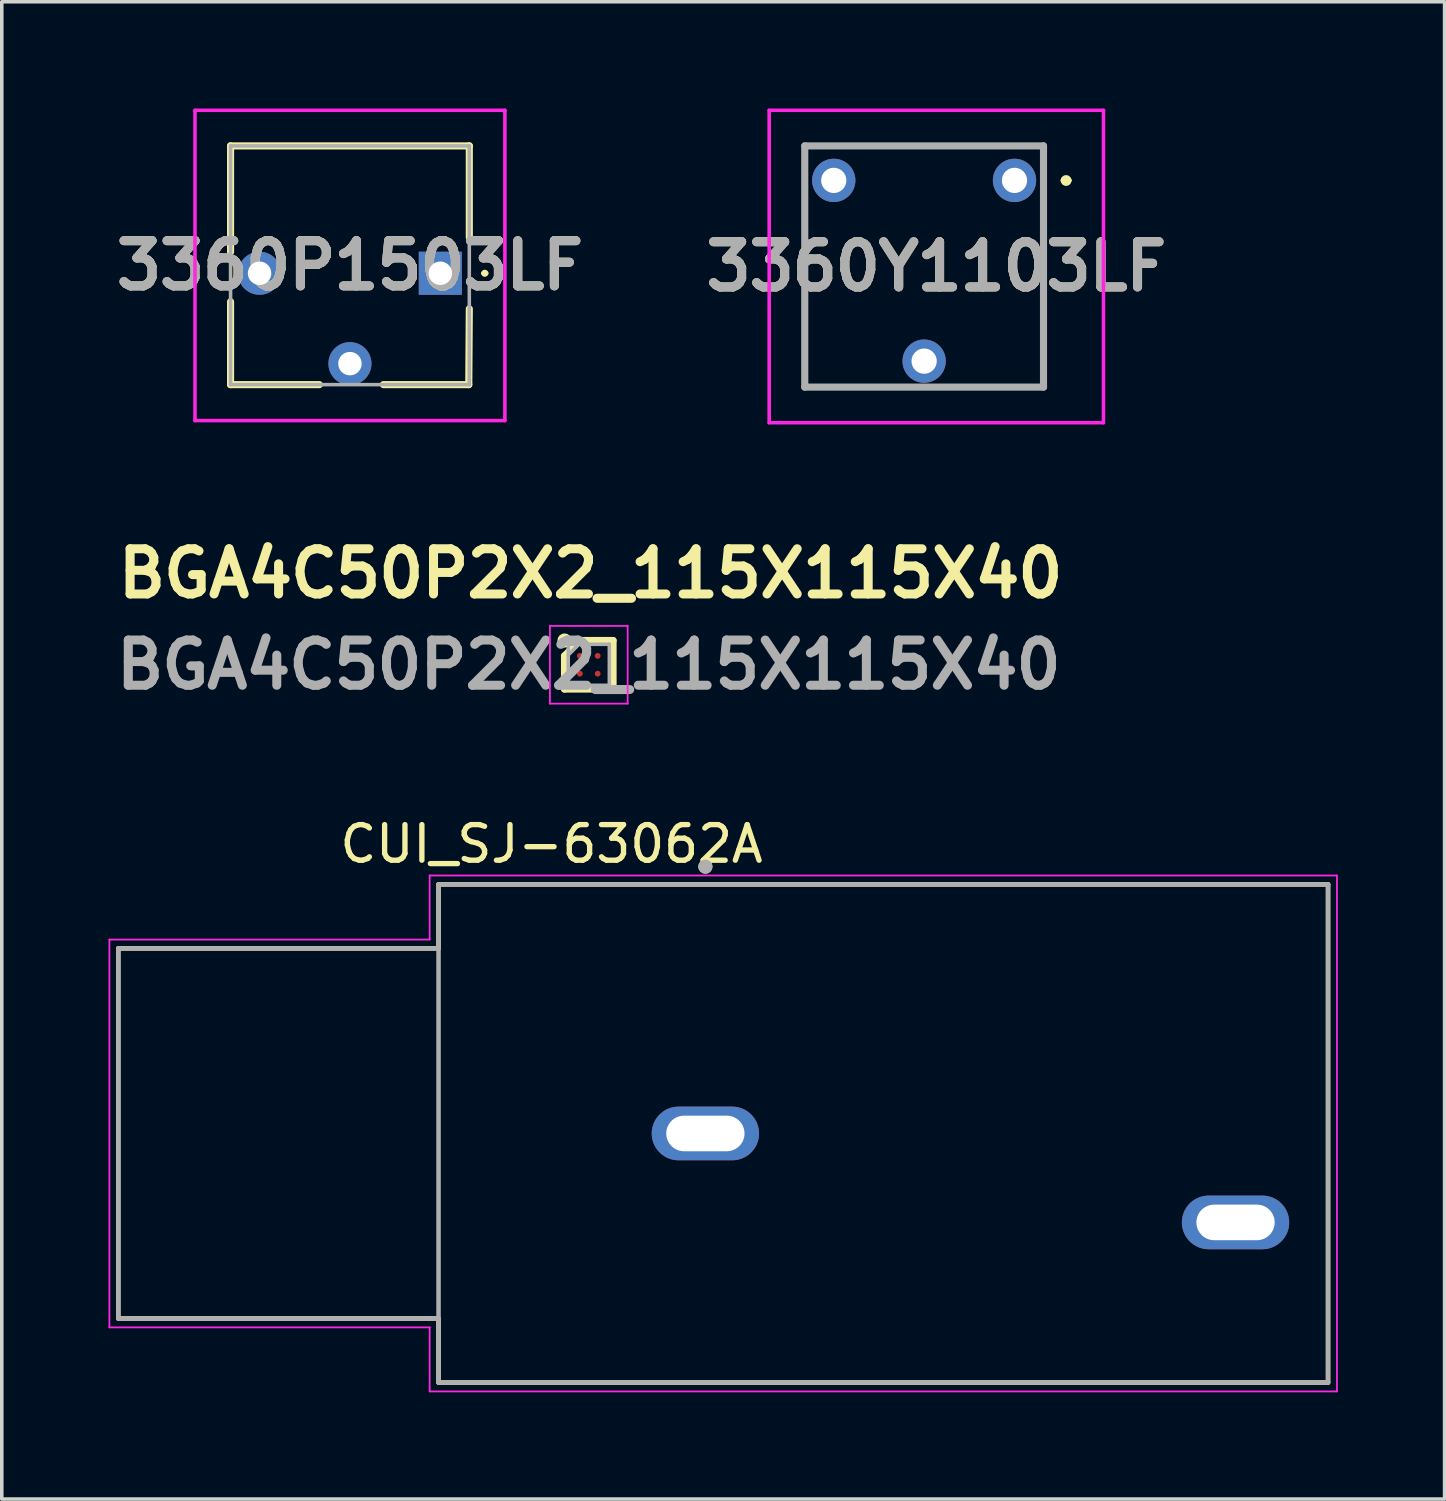
<source format=kicad_pcb>
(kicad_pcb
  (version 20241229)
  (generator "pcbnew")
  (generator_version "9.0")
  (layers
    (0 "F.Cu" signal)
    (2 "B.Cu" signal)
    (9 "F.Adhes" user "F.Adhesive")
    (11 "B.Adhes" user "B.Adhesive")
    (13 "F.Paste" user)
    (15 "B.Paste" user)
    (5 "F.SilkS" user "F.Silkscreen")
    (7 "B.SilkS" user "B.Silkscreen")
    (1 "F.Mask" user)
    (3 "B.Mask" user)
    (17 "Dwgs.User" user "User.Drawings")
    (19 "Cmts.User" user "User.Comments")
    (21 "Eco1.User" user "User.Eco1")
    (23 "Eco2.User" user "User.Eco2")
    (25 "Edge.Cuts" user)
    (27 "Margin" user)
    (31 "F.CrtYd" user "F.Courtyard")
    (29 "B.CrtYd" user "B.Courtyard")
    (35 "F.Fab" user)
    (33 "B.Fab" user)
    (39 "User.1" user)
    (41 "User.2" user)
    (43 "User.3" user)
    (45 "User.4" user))
  (footprint "3360Y1103LF"
    (layer "F.Cu")
    (at 25.463 2.02)
    (property "Reference" "3360Y1103LF" (at -2.197 2.42 0) (layer "F.SilkS") (effects (font (size 1.27 1.27) (thickness 0.254))))
    (attr through_hole)
    (fp_line (start -5.895 1) (end -5.895 1) (stroke (width 0.1) (type solid)) (layer "F.SilkS"))
    (fp_line (start -5.895 1) (end -5.895 5.81) (stroke (width 0.1) (type solid)) (layer "F.SilkS"))
    (fp_line (start -5.895 5.81) (end -5.895 1) (stroke (width 0.1) (type solid)) (layer "F.SilkS"))
    (fp_line (start -5.895 5.81) (end -5.895 5.81) (stroke (width 0.1) (type solid)) (layer "F.SilkS"))
    (fp_line (start -5.895 5.81) (end -5.895 5.81) (stroke (width 0.1) (type solid)) (layer "F.SilkS"))
    (fp_line (start -5.895 5.81) (end -3.75 5.81) (stroke (width 0.1) (type solid)) (layer "F.SilkS"))
    (fp_line (start -4 -0.97) (end -4 -0.97) (stroke (width 0.1) (type solid)) (layer "F.SilkS"))
    (fp_line (start -4 -0.97) (end -1 -0.97) (stroke (width 0.1) (type solid)) (layer "F.SilkS"))
    (fp_line (start -3.75 5.81) (end -5.895 5.81) (stroke (width 0.1) (type solid)) (layer "F.SilkS"))
    (fp_line (start -3.75 5.81) (end -3.75 5.81) (stroke (width 0.1) (type solid)) (layer "F.SilkS"))
    (fp_line (start -1.5 5.81) (end -1.5 5.81) (stroke (width 0.1) (type solid)) (layer "F.SilkS"))
    (fp_line (start -1.5 5.81) (end 0.815 5.81) (stroke (width 0.1) (type solid)) (layer "F.SilkS"))
    (fp_line (start -1 -0.97) (end -4 -0.97) (stroke (width 0.1) (type solid)) (layer "F.SilkS"))
    (fp_line (start -1 -0.97) (end -1 -0.97) (stroke (width 0.1) (type solid)) (layer "F.SilkS"))
    (fp_line (start 0.815 1) (end 0.815 1) (stroke (width 0.1) (type solid)) (layer "F.SilkS"))
    (fp_line (start 0.815 1) (end 0.815 5.81) (stroke (width 0.1) (type solid)) (layer "F.SilkS"))
    (fp_line (start 0.815 5.81) (end -1.5 5.81) (stroke (width 0.1) (type solid)) (layer "F.SilkS"))
    (fp_line (start 0.815 5.81) (end 0.815 1) (stroke (width 0.1) (type solid)) (layer "F.SilkS"))
    (fp_line (start 0.815 5.81) (end 0.815 5.81) (stroke (width 0.1) (type solid)) (layer "F.SilkS"))
    (fp_line (start 0.815 5.81) (end 0.815 5.81) (stroke (width 0.1) (type solid)) (layer "F.SilkS"))
    (fp_line (start 1.4 0) (end 1.4 0) (stroke (width 0.2) (type solid)) (layer "F.SilkS"))
    (fp_line (start 1.4 0) (end 1.4 0) (stroke (width 0.2) (type solid)) (layer "F.SilkS"))
    (fp_line (start 1.5 0) (end 1.5 0) (stroke (width 0.2) (type solid)) (layer "F.SilkS"))
    (fp_arc (start 1.4 0) (mid 1.45 -0.05) (end 1.5 0) (stroke (width 0.2) (type solid)) (layer "F.SilkS"))
    (fp_arc (start 1.5 0) (mid 1.45 0.05) (end 1.4 0) (stroke (width 0.2) (type solid)) (layer "F.SilkS"))
    (fp_arc (start 1.5 0) (mid 1.45 0.05) (end 1.4 0) (stroke (width 0.2) (type solid)) (layer "F.SilkS"))
    (fp_line (start -6.895 -1.97) (end -6.895 6.81) (stroke (width 0.1) (type solid)) (layer "F.CrtYd"))
    (fp_line (start -6.895 6.81) (end 2.5 6.81) (stroke (width 0.1) (type solid)) (layer "F.CrtYd"))
    (fp_line (start 2.5 -1.97) (end -6.895 -1.97) (stroke (width 0.1) (type solid)) (layer "F.CrtYd"))
    (fp_line (start 2.5 6.81) (end 2.5 -1.97) (stroke (width 0.1) (type solid)) (layer "F.CrtYd"))
    (fp_line (start -5.895 -0.97) (end 0.815 -0.97) (stroke (width 0.2) (type solid)) (layer "F.Fab"))
    (fp_line (start -5.895 5.81) (end -5.895 -0.97) (stroke (width 0.2) (type solid)) (layer "F.Fab"))
    (fp_line (start 0.815 -0.97) (end 0.815 5.81) (stroke (width 0.2) (type solid)) (layer "F.Fab"))
    (fp_line (start 0.815 5.81) (end -5.895 5.81) (stroke (width 0.2) (type solid)) (layer "F.Fab"))
    (fp_text user "${REFERENCE}" (at -2.197 2.42 0) (layer "F.Fab") (effects (font (size 1.27 1.27) (thickness 0.254))))
    (pad "1" thru_hole circle (at 0 0) (size 1.217 1.217) (drill 0.71) (layers "*.Cu" "*.Mask"))
    (pad "2" thru_hole circle (at -2.54 5.08) (size 1.217 1.217) (drill 0.71) (layers "*.Cu" "*.Mask"))
    (pad "3" thru_hole circle (at -5.08 0) (size 1.217 1.217) (drill 0.71) (layers "*.Cu" "*.Mask")))
  (footprint "BGA4C50P2X2_115X115X40"
    (layer "F.Cu")
    (at 13.498 15.634)
    (property "Reference" "BGA4C50P2X2_115X115X40" (at 0.051 -2.565 0) (layer "F.SilkS") (effects (font (size 1.27 1.27) (thickness 0.254))))
    (attr smd)
    (fp_line (start -0.682 -0.25) (end -0.25 -0.682) (stroke (width 0.2) (type solid)) (layer "F.SilkS"))
    (fp_line (start -0.682 0.682) (end -0.682 -0.25) (stroke (width 0.2) (type solid)) (layer "F.SilkS"))
    (fp_line (start -0.25 -0.682) (end 0.682 -0.682) (stroke (width 0.2) (type solid)) (layer "F.SilkS"))
    (fp_line (start 0.682 -0.682) (end 0.682 0.682) (stroke (width 0.2) (type solid)) (layer "F.SilkS"))
    (fp_line (start 0.682 0.682) (end -0.682 0.682) (stroke (width 0.2) (type solid)) (layer "F.SilkS"))
    (fp_circle (center -0.682 -0.682) (end -0.682 -0.582) (stroke (width 0.2) (type solid)) (fill no) (layer "F.SilkS"))
    (fp_line (start -1.092 -1.092) (end 1.092 -1.092) (stroke (width 0.05) (type solid)) (layer "F.CrtYd"))
    (fp_line (start -1.092 1.092) (end -1.092 -1.092) (stroke (width 0.05) (type solid)) (layer "F.CrtYd"))
    (fp_line (start 1.092 -1.092) (end 1.092 1.092) (stroke (width 0.05) (type solid)) (layer "F.CrtYd"))
    (fp_line (start 1.092 1.092) (end -1.092 1.092) (stroke (width 0.05) (type solid)) (layer "F.CrtYd"))
    (fp_line (start -0.577 -0.577) (end 0.577 -0.577) (stroke (width 0.1) (type solid)) (layer "F.Fab"))
    (fp_line (start -0.577 -0.281) (end -0.281 -0.577) (stroke (width 0.1) (type solid)) (layer "F.Fab"))
    (fp_line (start -0.577 0.577) (end -0.577 -0.577) (stroke (width 0.1) (type solid)) (layer "F.Fab"))
    (fp_line (start 0.577 -0.577) (end 0.577 0.577) (stroke (width 0.1) (type solid)) (layer "F.Fab"))
    (fp_line (start 0.577 0.577) (end -0.577 0.577) (stroke (width 0.1) (type solid)) (layer "F.Fab"))
    (fp_text user "${REFERENCE}" (at 0 0 0) (layer "F.Fab") (effects (font (size 1.27 1.27) (thickness 0.254))))
    (pad "A1" smd circle (at -0.25 -0.25 90) (size 0.164 0.164) (layers "F.Cu" "F.Mask" "F.Paste"))
    (pad "A2" smd circle (at 0.25 -0.25 90) (size 0.164 0.164) (layers "F.Cu" "F.Mask" "F.Paste"))
    (pad "B1" smd circle (at -0.25 0.25 90) (size 0.164 0.164) (layers "F.Cu" "F.Mask" "F.Paste"))
    (pad "B2" smd circle (at 0.25 0.25 90) (size 0.164 0.164) (layers "F.Cu" "F.Mask" "F.Paste")))
  (footprint "CUI_SJ-63062A"
    (layer "F.Cu")
    (at 16.775 28.806)
    (property "Reference" "CUI_SJ-63062A" (at -4.325 -8.135 0) (layer "F.SilkS") (effects (font (size 1 1) (thickness 0.15))))
    (attr through_hole)
    (fp_line (start -16.5 -5.2) (end -16.5 5.2) (stroke (width 0.127) (type solid)) (layer "F.SilkS"))
    (fp_line (start -16.5 -5.2) (end -7.5 -5.2) (stroke (width 0.127) (type solid)) (layer "F.SilkS"))
    (fp_line (start -16.5 5.2) (end -7.5 5.2) (stroke (width 0.127) (type solid)) (layer "F.SilkS"))
    (fp_line (start -7.5 -7) (end 17.5 -7) (stroke (width 0.127) (type solid)) (layer "F.SilkS"))
    (fp_line (start -7.5 -5.2) (end -7.5 -7) (stroke (width 0.127) (type solid)) (layer "F.SilkS"))
    (fp_line (start -7.5 7) (end -7.5 5.2) (stroke (width 0.127) (type solid)) (layer "F.SilkS"))
    (fp_line (start 17.5 -7) (end 17.5 7) (stroke (width 0.127) (type solid)) (layer "F.SilkS"))
    (fp_line (start 17.5 7) (end -7.5 7) (stroke (width 0.127) (type solid)) (layer "F.SilkS"))
    (fp_circle (center 0 -7.5) (end 0.1 -7.5) (stroke (width 0.2) (type solid)) (fill no) (layer "F.SilkS"))
    (fp_line (start -16.75 -5.45) (end -16.75 5.45) (stroke (width 0.05) (type solid)) (layer "F.CrtYd"))
    (fp_line (start -16.75 -5.45) (end -7.75 -5.45) (stroke (width 0.05) (type solid)) (layer "F.CrtYd"))
    (fp_line (start -16.75 5.45) (end -7.75 5.45) (stroke (width 0.05) (type solid)) (layer "F.CrtYd"))
    (fp_line (start -7.75 -7.25) (end 17.75 -7.25) (stroke (width 0.05) (type solid)) (layer "F.CrtYd"))
    (fp_line (start -7.75 -5.45) (end -7.75 -7.25) (stroke (width 0.05) (type solid)) (layer "F.CrtYd"))
    (fp_line (start -7.75 7.25) (end -7.75 5.45) (stroke (width 0.05) (type solid)) (layer "F.CrtYd"))
    (fp_line (start 17.75 -7.25) (end 17.75 7.25) (stroke (width 0.05) (type solid)) (layer "F.CrtYd"))
    (fp_line (start 17.75 7.25) (end -7.75 7.25) (stroke (width 0.05) (type solid)) (layer "F.CrtYd"))
    (fp_line (start -16.5 -5.2) (end -16.5 5.2) (stroke (width 0.127) (type solid)) (layer "F.Fab"))
    (fp_line (start -16.5 -5.2) (end -7.5 -5.2) (stroke (width 0.127) (type solid)) (layer "F.Fab"))
    (fp_line (start -16.5 5.2) (end -7.5 5.2) (stroke (width 0.127) (type solid)) (layer "F.Fab"))
    (fp_line (start -7.5 -7) (end 17.5 -7) (stroke (width 0.127) (type solid)) (layer "F.Fab"))
    (fp_line (start -7.5 -5.2) (end -7.5 -7) (stroke (width 0.127) (type solid)) (layer "F.Fab"))
    (fp_line (start -7.5 5.2) (end -7.5 -5.2) (stroke (width 0.127) (type solid)) (layer "F.Fab"))
    (fp_line (start -7.5 7) (end -7.5 5.2) (stroke (width 0.127) (type solid)) (layer "F.Fab"))
    (fp_line (start 17.5 -7) (end 17.5 7) (stroke (width 0.127) (type solid)) (layer "F.Fab"))
    (fp_line (start 17.5 7) (end -7.5 7) (stroke (width 0.127) (type solid)) (layer "F.Fab"))
    (fp_circle (center 0 -7.5) (end 0.1 -7.5) (stroke (width 0.2) (type solid)) (fill no) (layer "F.Fab"))
    (pad "1" thru_hole oval (at 0 0) (size 3.016 1.508) (drill oval 2.2 1) (layers "*.Cu" "*.Mask"))
    (pad "2" thru_hole oval (at 14.9 2.5) (size 3.016 1.508) (drill oval 2.2 1) (layers "*.Cu" "*.Mask")))
  (footprint "3360P1503LF"
    (layer "F.Cu")
    (at 9.325 4.63)
    (property "Reference" "3360P1503LF" (at -2.54 -0.22 0) (layer "F.SilkS") (effects (font (size 1.27 1.27) (thickness 0.254))))
    (attr through_hole)
    (fp_line (start -5.895 -3.58) (end 0.815 -3.58) (stroke (width 0.2) (type solid)) (layer "F.SilkS"))
    (fp_line (start -5.895 -0.6) (end -5.895 -3.58) (stroke (width 0.2) (type solid)) (layer "F.SilkS"))
    (fp_line (start -5.895 3.13) (end -5.895 0.8) (stroke (width 0.2) (type solid)) (layer "F.SilkS"))
    (fp_line (start -3.4 3.13) (end -5.895 3.13) (stroke (width 0.2) (type solid)) (layer "F.SilkS"))
    (fp_line (start -1.6 3.13) (end 0.8 3.13) (stroke (width 0.2) (type solid)) (layer "F.SilkS"))
    (fp_line (start 0.8 3.13) (end 0.815 1) (stroke (width 0.2) (type solid)) (layer "F.SilkS"))
    (fp_line (start 0.815 -3.58) (end 0.815 -1) (stroke (width 0.2) (type solid)) (layer "F.SilkS"))
    (fp_line (start 1.2 0) (end 1.2 0) (stroke (width 0.1) (type solid)) (layer "F.SilkS"))
    (fp_line (start 1.3 0) (end 1.3 0) (stroke (width 0.1) (type solid)) (layer "F.SilkS"))
    (fp_arc (start 1.2 0) (mid 1.25 -0.05) (end 1.3 0) (stroke (width 0.1) (type solid)) (layer "F.SilkS"))
    (fp_arc (start 1.3 0) (mid 1.25 0.05) (end 1.2 0) (stroke (width 0.1) (type solid)) (layer "F.SilkS"))
    (fp_line (start -6.895 -4.58) (end -6.895 4.14) (stroke (width 0.1) (type solid)) (layer "F.CrtYd"))
    (fp_line (start -6.895 4.14) (end 1.815 4.14) (stroke (width 0.1) (type solid)) (layer "F.CrtYd"))
    (fp_line (start 1.815 -4.58) (end -6.895 -4.58) (stroke (width 0.1) (type solid)) (layer "F.CrtYd"))
    (fp_line (start 1.815 4.14) (end 1.815 -4.58) (stroke (width 0.1) (type solid)) (layer "F.CrtYd"))
    (fp_line (start -5.895 -3.58) (end -5.895 3.13) (stroke (width 0.1) (type solid)) (layer "F.Fab"))
    (fp_line (start -5.895 3.13) (end 0.815 3.13) (stroke (width 0.1) (type solid)) (layer "F.Fab"))
    (fp_line (start 0.815 -3.58) (end -5.895 -3.58) (stroke (width 0.1) (type solid)) (layer "F.Fab"))
    (fp_line (start 0.815 3.13) (end 0.815 -3.58) (stroke (width 0.1) (type solid)) (layer "F.Fab"))
    (fp_text user "${REFERENCE}" (at -2.54 -0.22 0) (layer "F.Fab") (effects (font (size 1.27 1.27) (thickness 0.254))))
    (pad "1" thru_hole rect (at 0 0) (size 1.21 1.21) (drill 0.66) (layers "*.Cu" "*.Mask"))
    (pad "2" thru_hole circle (at -2.54 2.54) (size 1.21 1.21) (drill 0.66) (layers "*.Cu" "*.Mask"))
    (pad "3" thru_hole circle (at -5.08 0) (size 1.21 1.21) (drill 0.66) (layers "*.Cu" "*.Mask")))
  (gr_rect
    (start -3 -3)
    (end 37.55 39.081)
    (stroke (width 0.1) (type default))
    (fill no)
    (layer "Edge.Cuts")))
</source>
